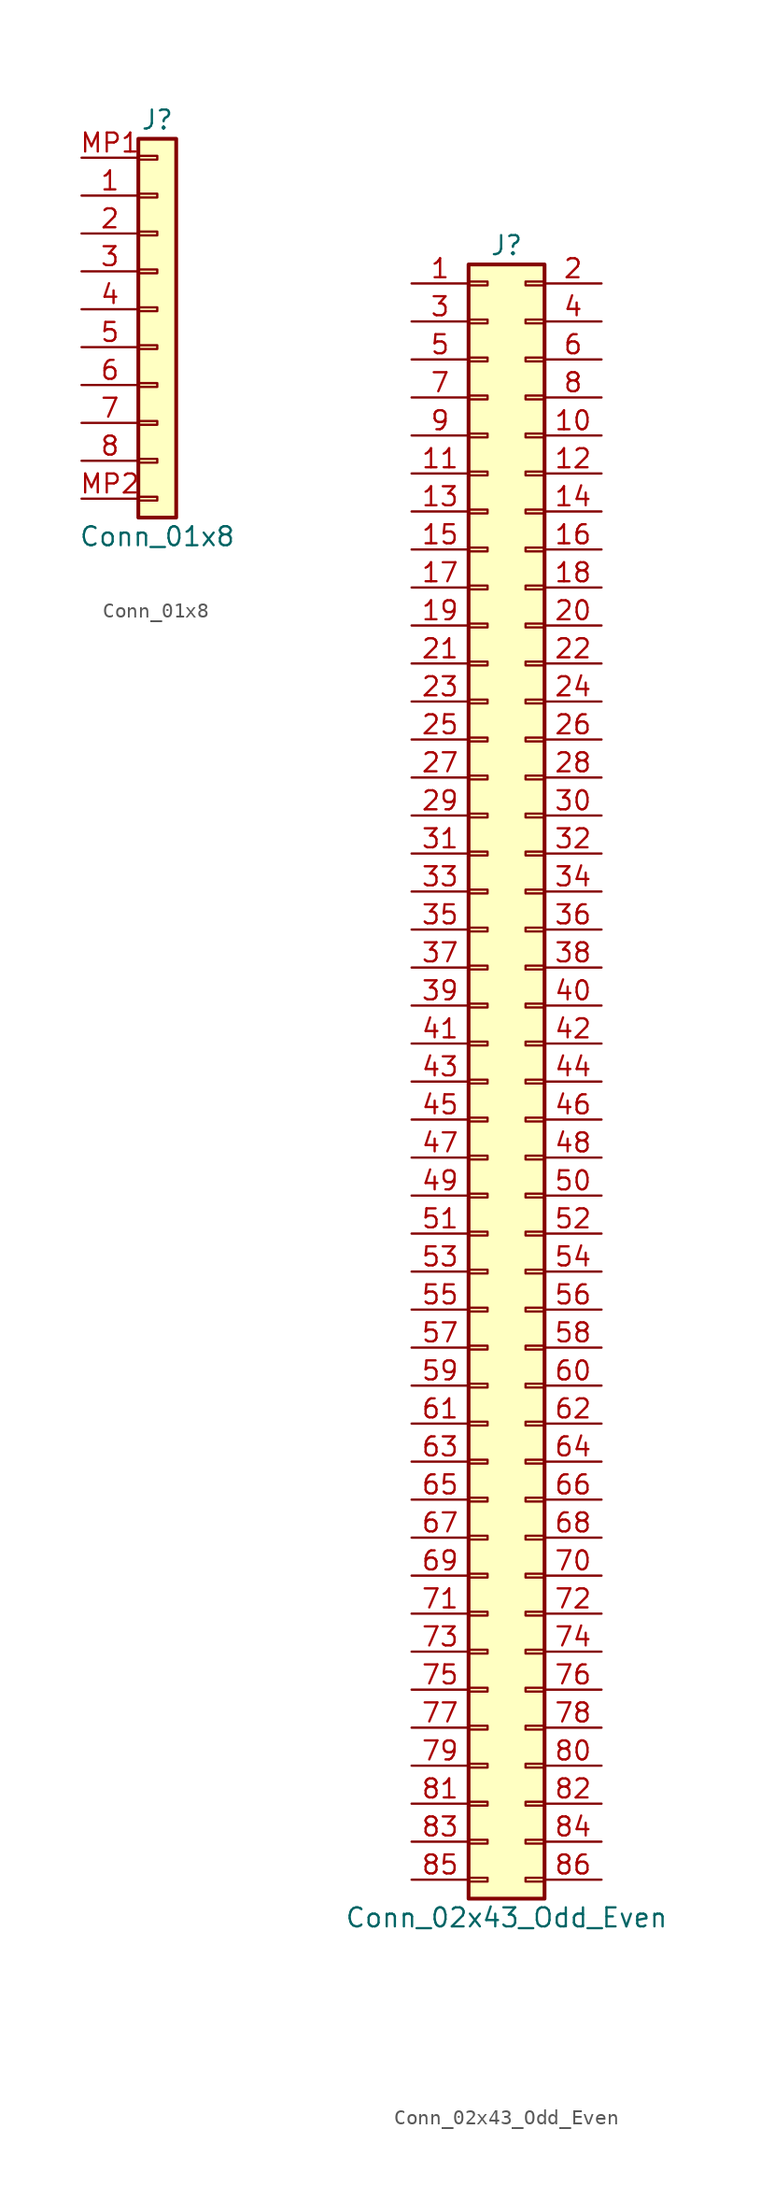
<source format=kicad_sym>
(kicad_symbol_lib
  (version 20220914)
  (generator kicad_symbol_editor)
  (symbol "Conn_01x8"
    (pin_names
      (offset 1.016) hide)
    (property "Reference" "J"
      (at 0 15.24 0)
      (effects (font (size 1.27 1.27))))
    (property "Value" "Conn_01x8"
      (at 0 -12.7 0)
      (effects (font (size 1.27 1.27))))
    (symbol "Conn_01x8_1_1"
      (rectangle (start -1.27 -10.033) (end 0 -10.287) (stroke (width 0.152) (type default)) (fill (type none)))
      (rectangle (start -1.27 -7.493) (end 0 -7.747) (stroke (width 0.152) (type default)) (fill (type none)))
      (rectangle (start -1.27 -4.953) (end 0 -5.207) (stroke (width 0.152) (type default)) (fill (type none)))
      (rectangle (start -1.27 -2.413) (end 0 -2.667) (stroke (width 0.152) (type default)) (fill (type none)))
      (rectangle (start -1.27 0.127) (end 0 -0.127) (stroke (width 0.152) (type default)) (fill (type none)))
      (rectangle (start -1.27 2.667) (end 0 2.413) (stroke (width 0.152) (type default)) (fill (type none)))
      (rectangle (start -1.27 5.207) (end 0 4.953) (stroke (width 0.152) (type default)) (fill (type none)))
      (rectangle (start -1.27 7.747) (end 0 7.493) (stroke (width 0.152) (type default)) (fill (type none)))
      (rectangle (start -1.27 10.287) (end 0 10.033) (stroke (width 0.152) (type default)) (fill (type none)))
      (rectangle (start -1.27 12.827) (end 0 12.573) (stroke (width 0.152) (type default)) (fill (type none)))
      (rectangle (start -1.27 13.97) (end 1.27 -11.43) (stroke (width 0.254) (type default)) (fill (type background)))
      (pin passive line (at -5.08 10.16 0) (length 3.81) (name "Pin_1" (effects (font (size 1.27 1.27)))) (number "1" (effects (font (size 1.27 1.27)))))
      (pin passive line (at -5.08 7.62 0) (length 3.81) (name "Pin_2" (effects (font (size 1.27 1.27)))) (number "2" (effects (font (size 1.27 1.27)))))
      (pin passive line (at -5.08 5.08 0) (length 3.81) (name "Pin_3" (effects (font (size 1.27 1.27)))) (number "3" (effects (font (size 1.27 1.27)))))
      (pin passive line (at -5.08 2.54 0) (length 3.81) (name "Pin_4" (effects (font (size 1.27 1.27)))) (number "4" (effects (font (size 1.27 1.27)))))
      (pin passive line (at -5.08 0 0) (length 3.81) (name "Pin_5" (effects (font (size 1.27 1.27)))) (number "5" (effects (font (size 1.27 1.27)))))
      (pin passive line (at -5.08 -2.54 0) (length 3.81) (name "Pin_6" (effects (font (size 1.27 1.27)))) (number "6" (effects (font (size 1.27 1.27)))))
      (pin passive line (at -5.08 -5.08 0) (length 3.81) (name "Pin_7" (effects (font (size 1.27 1.27)))) (number "7" (effects (font (size 1.27 1.27)))))
      (pin passive line (at -5.08 -7.62 0) (length 3.81) (name "Pin_8" (effects (font (size 1.27 1.27)))) (number "8" (effects (font (size 1.27 1.27)))))
      (pin passive line (at -5.08 12.7 0) (length 3.81) (name "MP" (effects (font (size 1.27 1.27)))) (number "MP1" (effects (font (size 1.27 1.27)))))
      (pin passive line (at -5.08 -10.16 0) (length 3.81) (name "MP" (effects (font (size 1.27 1.27)))) (number "MP2" (effects (font (size 1.27 1.27)))))))
  (symbol "Conn_02x43_Odd_Even"
    (pin_names
      (offset 1.016) hide)
    (property "Reference" "J"
      (at 1.27 50.8 0)
      (effects (font (size 1.27 1.27))))
    (property "Value" "Conn_02x43_Odd_Even"
      (at 1.27 -60.96 0)
      (effects (font (size 1.27 1.27))))
    (symbol "Conn_02x43_Odd_Even_1_1"
      (rectangle (start -1.27 -58.293) (end 0 -58.547) (stroke (width 0.152) (type default)) (fill (type none)))
      (rectangle (start -1.27 -55.753) (end 0 -56.007) (stroke (width 0.152) (type default)) (fill (type none)))
      (rectangle (start -1.27 -53.213) (end 0 -53.467) (stroke (width 0.152) (type default)) (fill (type none)))
      (rectangle (start -1.27 -50.673) (end 0 -50.927) (stroke (width 0.152) (type default)) (fill (type none)))
      (rectangle (start -1.27 -48.133) (end 0 -48.387) (stroke (width 0.152) (type default)) (fill (type none)))
      (rectangle (start -1.27 -45.593) (end 0 -45.847) (stroke (width 0.152) (type default)) (fill (type none)))
      (rectangle (start -1.27 -43.053) (end 0 -43.307) (stroke (width 0.152) (type default)) (fill (type none)))
      (rectangle (start -1.27 -40.513) (end 0 -40.767) (stroke (width 0.152) (type default)) (fill (type none)))
      (rectangle (start -1.27 -37.973) (end 0 -38.227) (stroke (width 0.152) (type default)) (fill (type none)))
      (rectangle (start -1.27 -35.433) (end 0 -35.687) (stroke (width 0.152) (type default)) (fill (type none)))
      (rectangle (start -1.27 -32.893) (end 0 -33.147) (stroke (width 0.152) (type default)) (fill (type none)))
      (rectangle (start -1.27 -30.353) (end 0 -30.607) (stroke (width 0.152) (type default)) (fill (type none)))
      (rectangle (start -1.27 -27.813) (end 0 -28.067) (stroke (width 0.152) (type default)) (fill (type none)))
      (rectangle (start -1.27 -25.273) (end 0 -25.527) (stroke (width 0.152) (type default)) (fill (type none)))
      (rectangle (start -1.27 -22.733) (end 0 -22.987) (stroke (width 0.152) (type default)) (fill (type none)))
      (rectangle (start -1.27 -20.193) (end 0 -20.447) (stroke (width 0.152) (type default)) (fill (type none)))
      (rectangle (start -1.27 -17.653) (end 0 -17.907) (stroke (width 0.152) (type default)) (fill (type none)))
      (rectangle (start -1.27 -15.113) (end 0 -15.367) (stroke (width 0.152) (type default)) (fill (type none)))
      (rectangle (start -1.27 -12.573) (end 0 -12.827) (stroke (width 0.152) (type default)) (fill (type none)))
      (rectangle (start -1.27 -10.033) (end 0 -10.287) (stroke (width 0.152) (type default)) (fill (type none)))
      (rectangle (start -1.27 -7.493) (end 0 -7.747) (stroke (width 0.152) (type default)) (fill (type none)))
      (rectangle (start -1.27 -4.953) (end 0 -5.207) (stroke (width 0.152) (type default)) (fill (type none)))
      (rectangle (start -1.27 -2.413) (end 0 -2.667) (stroke (width 0.152) (type default)) (fill (type none)))
      (rectangle (start -1.27 0.127) (end 0 -0.127) (stroke (width 0.152) (type default)) (fill (type none)))
      (rectangle (start -1.27 2.667) (end 0 2.413) (stroke (width 0.152) (type default)) (fill (type none)))
      (rectangle (start -1.27 5.207) (end 0 4.953) (stroke (width 0.152) (type default)) (fill (type none)))
      (rectangle (start -1.27 7.747) (end 0 7.493) (stroke (width 0.152) (type default)) (fill (type none)))
      (rectangle (start -1.27 10.287) (end 0 10.033) (stroke (width 0.152) (type default)) (fill (type none)))
      (rectangle (start -1.27 12.827) (end 0 12.573) (stroke (width 0.152) (type default)) (fill (type none)))
      (rectangle (start -1.27 15.367) (end 0 15.113) (stroke (width 0.152) (type default)) (fill (type none)))
      (rectangle (start -1.27 17.907) (end 0 17.653) (stroke (width 0.152) (type default)) (fill (type none)))
      (rectangle (start -1.27 20.447) (end 0 20.193) (stroke (width 0.152) (type default)) (fill (type none)))
      (rectangle (start -1.27 22.987) (end 0 22.733) (stroke (width 0.152) (type default)) (fill (type none)))
      (rectangle (start -1.27 25.527) (end 0 25.273) (stroke (width 0.152) (type default)) (fill (type none)))
      (rectangle (start -1.27 28.067) (end 0 27.813) (stroke (width 0.152) (type default)) (fill (type none)))
      (rectangle (start -1.27 30.607) (end 0 30.353) (stroke (width 0.152) (type default)) (fill (type none)))
      (rectangle (start -1.27 33.147) (end 0 32.893) (stroke (width 0.152) (type default)) (fill (type none)))
      (rectangle (start -1.27 35.687) (end 0 35.433) (stroke (width 0.152) (type default)) (fill (type none)))
      (rectangle (start -1.27 38.227) (end 0 37.973) (stroke (width 0.152) (type default)) (fill (type none)))
      (rectangle (start -1.27 40.767) (end 0 40.513) (stroke (width 0.152) (type default)) (fill (type none)))
      (rectangle (start -1.27 43.307) (end 0 43.053) (stroke (width 0.152) (type default)) (fill (type none)))
      (rectangle (start -1.27 45.847) (end 0 45.593) (stroke (width 0.152) (type default)) (fill (type none)))
      (rectangle (start -1.27 48.387) (end 0 48.133) (stroke (width 0.152) (type default)) (fill (type none)))
      (rectangle (start -1.27 49.53) (end 3.81 -59.69) (stroke (width 0.254) (type default)) (fill (type background)))
      (rectangle (start 3.81 -58.293) (end 2.54 -58.547) (stroke (width 0.152) (type default)) (fill (type none)))
      (rectangle (start 3.81 -55.753) (end 2.54 -56.007) (stroke (width 0.152) (type default)) (fill (type none)))
      (rectangle (start 3.81 -53.213) (end 2.54 -53.467) (stroke (width 0.152) (type default)) (fill (type none)))
      (rectangle (start 3.81 -50.673) (end 2.54 -50.927) (stroke (width 0.152) (type default)) (fill (type none)))
      (rectangle (start 3.81 -48.133) (end 2.54 -48.387) (stroke (width 0.152) (type default)) (fill (type none)))
      (rectangle (start 3.81 -45.593) (end 2.54 -45.847) (stroke (width 0.152) (type default)) (fill (type none)))
      (rectangle (start 3.81 -43.053) (end 2.54 -43.307) (stroke (width 0.152) (type default)) (fill (type none)))
      (rectangle (start 3.81 -40.513) (end 2.54 -40.767) (stroke (width 0.152) (type default)) (fill (type none)))
      (rectangle (start 3.81 -37.973) (end 2.54 -38.227) (stroke (width 0.152) (type default)) (fill (type none)))
      (rectangle (start 3.81 -35.433) (end 2.54 -35.687) (stroke (width 0.152) (type default)) (fill (type none)))
      (rectangle (start 3.81 -32.893) (end 2.54 -33.147) (stroke (width 0.152) (type default)) (fill (type none)))
      (rectangle (start 3.81 -30.353) (end 2.54 -30.607) (stroke (width 0.152) (type default)) (fill (type none)))
      (rectangle (start 3.81 -27.813) (end 2.54 -28.067) (stroke (width 0.152) (type default)) (fill (type none)))
      (rectangle (start 3.81 -25.273) (end 2.54 -25.527) (stroke (width 0.152) (type default)) (fill (type none)))
      (rectangle (start 3.81 -22.733) (end 2.54 -22.987) (stroke (width 0.152) (type default)) (fill (type none)))
      (rectangle (start 3.81 -20.193) (end 2.54 -20.447) (stroke (width 0.152) (type default)) (fill (type none)))
      (rectangle (start 3.81 -17.653) (end 2.54 -17.907) (stroke (width 0.152) (type default)) (fill (type none)))
      (rectangle (start 3.81 -15.113) (end 2.54 -15.367) (stroke (width 0.152) (type default)) (fill (type none)))
      (rectangle (start 3.81 -12.573) (end 2.54 -12.827) (stroke (width 0.152) (type default)) (fill (type none)))
      (rectangle (start 3.81 -10.033) (end 2.54 -10.287) (stroke (width 0.152) (type default)) (fill (type none)))
      (rectangle (start 3.81 -7.493) (end 2.54 -7.747) (stroke (width 0.152) (type default)) (fill (type none)))
      (rectangle (start 3.81 -4.953) (end 2.54 -5.207) (stroke (width 0.152) (type default)) (fill (type none)))
      (rectangle (start 3.81 -2.413) (end 2.54 -2.667) (stroke (width 0.152) (type default)) (fill (type none)))
      (rectangle (start 3.81 0.127) (end 2.54 -0.127) (stroke (width 0.152) (type default)) (fill (type none)))
      (rectangle (start 3.81 2.667) (end 2.54 2.413) (stroke (width 0.152) (type default)) (fill (type none)))
      (rectangle (start 3.81 5.207) (end 2.54 4.953) (stroke (width 0.152) (type default)) (fill (type none)))
      (rectangle (start 3.81 7.747) (end 2.54 7.493) (stroke (width 0.152) (type default)) (fill (type none)))
      (rectangle (start 3.81 10.287) (end 2.54 10.033) (stroke (width 0.152) (type default)) (fill (type none)))
      (rectangle (start 3.81 12.827) (end 2.54 12.573) (stroke (width 0.152) (type default)) (fill (type none)))
      (rectangle (start 3.81 15.367) (end 2.54 15.113) (stroke (width 0.152) (type default)) (fill (type none)))
      (rectangle (start 3.81 17.907) (end 2.54 17.653) (stroke (width 0.152) (type default)) (fill (type none)))
      (rectangle (start 3.81 20.447) (end 2.54 20.193) (stroke (width 0.152) (type default)) (fill (type none)))
      (rectangle (start 3.81 22.987) (end 2.54 22.733) (stroke (width 0.152) (type default)) (fill (type none)))
      (rectangle (start 3.81 25.527) (end 2.54 25.273) (stroke (width 0.152) (type default)) (fill (type none)))
      (rectangle (start 3.81 28.067) (end 2.54 27.813) (stroke (width 0.152) (type default)) (fill (type none)))
      (rectangle (start 3.81 30.607) (end 2.54 30.353) (stroke (width 0.152) (type default)) (fill (type none)))
      (rectangle (start 3.81 33.147) (end 2.54 32.893) (stroke (width 0.152) (type default)) (fill (type none)))
      (rectangle (start 3.81 35.687) (end 2.54 35.433) (stroke (width 0.152) (type default)) (fill (type none)))
      (rectangle (start 3.81 38.227) (end 2.54 37.973) (stroke (width 0.152) (type default)) (fill (type none)))
      (rectangle (start 3.81 40.767) (end 2.54 40.513) (stroke (width 0.152) (type default)) (fill (type none)))
      (rectangle (start 3.81 43.307) (end 2.54 43.053) (stroke (width 0.152) (type default)) (fill (type none)))
      (rectangle (start 3.81 45.847) (end 2.54 45.593) (stroke (width 0.152) (type default)) (fill (type none)))
      (rectangle (start 3.81 48.387) (end 2.54 48.133) (stroke (width 0.152) (type default)) (fill (type none)))
      (pin passive line (at -5.08 48.26 0) (length 3.81) (name "Pin_1" (effects (font (size 1.27 1.27)))) (number "1" (effects (font (size 1.27 1.27)))))
      (pin passive line (at 7.62 38.1 180) (length 3.81) (name "Pin_10" (effects (font (size 1.27 1.27)))) (number "10" (effects (font (size 1.27 1.27)))))
      (pin passive line (at -5.08 35.56 0) (length 3.81) (name "Pin_11" (effects (font (size 1.27 1.27)))) (number "11" (effects (font (size 1.27 1.27)))))
      (pin passive line (at 7.62 35.56 180) (length 3.81) (name "Pin_12" (effects (font (size 1.27 1.27)))) (number "12" (effects (font (size 1.27 1.27)))))
      (pin passive line (at -5.08 33.02 0) (length 3.81) (name "Pin_13" (effects (font (size 1.27 1.27)))) (number "13" (effects (font (size 1.27 1.27)))))
      (pin passive line (at 7.62 33.02 180) (length 3.81) (name "Pin_14" (effects (font (size 1.27 1.27)))) (number "14" (effects (font (size 1.27 1.27)))))
      (pin passive line (at -5.08 30.48 0) (length 3.81) (name "Pin_15" (effects (font (size 1.27 1.27)))) (number "15" (effects (font (size 1.27 1.27)))))
      (pin passive line (at 7.62 30.48 180) (length 3.81) (name "Pin_16" (effects (font (size 1.27 1.27)))) (number "16" (effects (font (size 1.27 1.27)))))
      (pin passive line (at -5.08 27.94 0) (length 3.81) (name "Pin_17" (effects (font (size 1.27 1.27)))) (number "17" (effects (font (size 1.27 1.27)))))
      (pin passive line (at 7.62 27.94 180) (length 3.81) (name "Pin_18" (effects (font (size 1.27 1.27)))) (number "18" (effects (font (size 1.27 1.27)))))
      (pin passive line (at -5.08 25.4 0) (length 3.81) (name "Pin_19" (effects (font (size 1.27 1.27)))) (number "19" (effects (font (size 1.27 1.27)))))
      (pin passive line (at 7.62 48.26 180) (length 3.81) (name "Pin_2" (effects (font (size 1.27 1.27)))) (number "2" (effects (font (size 1.27 1.27)))))
      (pin passive line (at 7.62 25.4 180) (length 3.81) (name "Pin_20" (effects (font (size 1.27 1.27)))) (number "20" (effects (font (size 1.27 1.27)))))
      (pin passive line (at -5.08 22.86 0) (length 3.81) (name "Pin_21" (effects (font (size 1.27 1.27)))) (number "21" (effects (font (size 1.27 1.27)))))
      (pin passive line (at 7.62 22.86 180) (length 3.81) (name "Pin_22" (effects (font (size 1.27 1.27)))) (number "22" (effects (font (size 1.27 1.27)))))
      (pin passive line (at -5.08 20.32 0) (length 3.81) (name "Pin_23" (effects (font (size 1.27 1.27)))) (number "23" (effects (font (size 1.27 1.27)))))
      (pin passive line (at 7.62 20.32 180) (length 3.81) (name "Pin_24" (effects (font (size 1.27 1.27)))) (number "24" (effects (font (size 1.27 1.27)))))
      (pin passive line (at -5.08 17.78 0) (length 3.81) (name "Pin_25" (effects (font (size 1.27 1.27)))) (number "25" (effects (font (size 1.27 1.27)))))
      (pin passive line (at 7.62 17.78 180) (length 3.81) (name "Pin_26" (effects (font (size 1.27 1.27)))) (number "26" (effects (font (size 1.27 1.27)))))
      (pin passive line (at -5.08 15.24 0) (length 3.81) (name "Pin_27" (effects (font (size 1.27 1.27)))) (number "27" (effects (font (size 1.27 1.27)))))
      (pin passive line (at 7.62 15.24 180) (length 3.81) (name "Pin_28" (effects (font (size 1.27 1.27)))) (number "28" (effects (font (size 1.27 1.27)))))
      (pin passive line (at -5.08 12.7 0) (length 3.81) (name "Pin_29" (effects (font (size 1.27 1.27)))) (number "29" (effects (font (size 1.27 1.27)))))
      (pin passive line (at -5.08 45.72 0) (length 3.81) (name "Pin_3" (effects (font (size 1.27 1.27)))) (number "3" (effects (font (size 1.27 1.27)))))
      (pin passive line (at 7.62 12.7 180) (length 3.81) (name "Pin_30" (effects (font (size 1.27 1.27)))) (number "30" (effects (font (size 1.27 1.27)))))
      (pin passive line (at -5.08 10.16 0) (length 3.81) (name "Pin_31" (effects (font (size 1.27 1.27)))) (number "31" (effects (font (size 1.27 1.27)))))
      (pin passive line (at 7.62 10.16 180) (length 3.81) (name "Pin_32" (effects (font (size 1.27 1.27)))) (number "32" (effects (font (size 1.27 1.27)))))
      (pin passive line (at -5.08 7.62 0) (length 3.81) (name "Pin_33" (effects (font (size 1.27 1.27)))) (number "33" (effects (font (size 1.27 1.27)))))
      (pin passive line (at 7.62 7.62 180) (length 3.81) (name "Pin_34" (effects (font (size 1.27 1.27)))) (number "34" (effects (font (size 1.27 1.27)))))
      (pin passive line (at -5.08 5.08 0) (length 3.81) (name "Pin_35" (effects (font (size 1.27 1.27)))) (number "35" (effects (font (size 1.27 1.27)))))
      (pin passive line (at 7.62 5.08 180) (length 3.81) (name "Pin_36" (effects (font (size 1.27 1.27)))) (number "36" (effects (font (size 1.27 1.27)))))
      (pin passive line (at -5.08 2.54 0) (length 3.81) (name "Pin_37" (effects (font (size 1.27 1.27)))) (number "37" (effects (font (size 1.27 1.27)))))
      (pin passive line (at 7.62 2.54 180) (length 3.81) (name "Pin_38" (effects (font (size 1.27 1.27)))) (number "38" (effects (font (size 1.27 1.27)))))
      (pin passive line (at -5.08 0 0) (length 3.81) (name "Pin_39" (effects (font (size 1.27 1.27)))) (number "39" (effects (font (size 1.27 1.27)))))
      (pin passive line (at 7.62 45.72 180) (length 3.81) (name "Pin_4" (effects (font (size 1.27 1.27)))) (number "4" (effects (font (size 1.27 1.27)))))
      (pin passive line (at 7.62 0 180) (length 3.81) (name "Pin_40" (effects (font (size 1.27 1.27)))) (number "40" (effects (font (size 1.27 1.27)))))
      (pin passive line (at -5.08 -2.54 0) (length 3.81) (name "Pin_41" (effects (font (size 1.27 1.27)))) (number "41" (effects (font (size 1.27 1.27)))))
      (pin passive line (at 7.62 -2.54 180) (length 3.81) (name "Pin_42" (effects (font (size 1.27 1.27)))) (number "42" (effects (font (size 1.27 1.27)))))
      (pin passive line (at -5.08 -5.08 0) (length 3.81) (name "Pin_43" (effects (font (size 1.27 1.27)))) (number "43" (effects (font (size 1.27 1.27)))))
      (pin passive line (at 7.62 -5.08 180) (length 3.81) (name "Pin_44" (effects (font (size 1.27 1.27)))) (number "44" (effects (font (size 1.27 1.27)))))
      (pin passive line (at -5.08 -7.62 0) (length 3.81) (name "Pin_45" (effects (font (size 1.27 1.27)))) (number "45" (effects (font (size 1.27 1.27)))))
      (pin passive line (at 7.62 -7.62 180) (length 3.81) (name "Pin_46" (effects (font (size 1.27 1.27)))) (number "46" (effects (font (size 1.27 1.27)))))
      (pin passive line (at -5.08 -10.16 0) (length 3.81) (name "Pin_47" (effects (font (size 1.27 1.27)))) (number "47" (effects (font (size 1.27 1.27)))))
      (pin passive line (at 7.62 -10.16 180) (length 3.81) (name "Pin_48" (effects (font (size 1.27 1.27)))) (number "48" (effects (font (size 1.27 1.27)))))
      (pin passive line (at -5.08 -12.7 0) (length 3.81) (name "Pin_49" (effects (font (size 1.27 1.27)))) (number "49" (effects (font (size 1.27 1.27)))))
      (pin passive line (at -5.08 43.18 0) (length 3.81) (name "Pin_5" (effects (font (size 1.27 1.27)))) (number "5" (effects (font (size 1.27 1.27)))))
      (pin passive line (at 7.62 -12.7 180) (length 3.81) (name "Pin_50" (effects (font (size 1.27 1.27)))) (number "50" (effects (font (size 1.27 1.27)))))
      (pin passive line (at -5.08 -15.24 0) (length 3.81) (name "Pin_51" (effects (font (size 1.27 1.27)))) (number "51" (effects (font (size 1.27 1.27)))))
      (pin passive line (at 7.62 -15.24 180) (length 3.81) (name "Pin_52" (effects (font (size 1.27 1.27)))) (number "52" (effects (font (size 1.27 1.27)))))
      (pin passive line (at -5.08 -17.78 0) (length 3.81) (name "Pin_53" (effects (font (size 1.27 1.27)))) (number "53" (effects (font (size 1.27 1.27)))))
      (pin passive line (at 7.62 -17.78 180) (length 3.81) (name "Pin_54" (effects (font (size 1.27 1.27)))) (number "54" (effects (font (size 1.27 1.27)))))
      (pin passive line (at -5.08 -20.32 0) (length 3.81) (name "Pin_55" (effects (font (size 1.27 1.27)))) (number "55" (effects (font (size 1.27 1.27)))))
      (pin passive line (at 7.62 -20.32 180) (length 3.81) (name "Pin_56" (effects (font (size 1.27 1.27)))) (number "56" (effects (font (size 1.27 1.27)))))
      (pin passive line (at -5.08 -22.86 0) (length 3.81) (name "Pin_57" (effects (font (size 1.27 1.27)))) (number "57" (effects (font (size 1.27 1.27)))))
      (pin passive line (at 7.62 -22.86 180) (length 3.81) (name "Pin_58" (effects (font (size 1.27 1.27)))) (number "58" (effects (font (size 1.27 1.27)))))
      (pin passive line (at -5.08 -25.4 0) (length 3.81) (name "Pin_59" (effects (font (size 1.27 1.27)))) (number "59" (effects (font (size 1.27 1.27)))))
      (pin passive line (at 7.62 43.18 180) (length 3.81) (name "Pin_6" (effects (font (size 1.27 1.27)))) (number "6" (effects (font (size 1.27 1.27)))))
      (pin passive line (at 7.62 -25.4 180) (length 3.81) (name "Pin_60" (effects (font (size 1.27 1.27)))) (number "60" (effects (font (size 1.27 1.27)))))
      (pin passive line (at -5.08 -27.94 0) (length 3.81) (name "Pin_61" (effects (font (size 1.27 1.27)))) (number "61" (effects (font (size 1.27 1.27)))))
      (pin passive line (at 7.62 -27.94 180) (length 3.81) (name "Pin_62" (effects (font (size 1.27 1.27)))) (number "62" (effects (font (size 1.27 1.27)))))
      (pin passive line (at -5.08 -30.48 0) (length 3.81) (name "Pin_63" (effects (font (size 1.27 1.27)))) (number "63" (effects (font (size 1.27 1.27)))))
      (pin passive line (at 7.62 -30.48 180) (length 3.81) (name "Pin_64" (effects (font (size 1.27 1.27)))) (number "64" (effects (font (size 1.27 1.27)))))
      (pin passive line (at -5.08 -33.02 0) (length 3.81) (name "Pin_65" (effects (font (size 1.27 1.27)))) (number "65" (effects (font (size 1.27 1.27)))))
      (pin passive line (at 7.62 -33.02 180) (length 3.81) (name "Pin_66" (effects (font (size 1.27 1.27)))) (number "66" (effects (font (size 1.27 1.27)))))
      (pin passive line (at -5.08 -35.56 0) (length 3.81) (name "Pin_67" (effects (font (size 1.27 1.27)))) (number "67" (effects (font (size 1.27 1.27)))))
      (pin passive line (at 7.62 -35.56 180) (length 3.81) (name "Pin_68" (effects (font (size 1.27 1.27)))) (number "68" (effects (font (size 1.27 1.27)))))
      (pin passive line (at -5.08 -38.1 0) (length 3.81) (name "Pin_69" (effects (font (size 1.27 1.27)))) (number "69" (effects (font (size 1.27 1.27)))))
      (pin passive line (at -5.08 40.64 0) (length 3.81) (name "Pin_7" (effects (font (size 1.27 1.27)))) (number "7" (effects (font (size 1.27 1.27)))))
      (pin passive line (at 7.62 -38.1 180) (length 3.81) (name "Pin_70" (effects (font (size 1.27 1.27)))) (number "70" (effects (font (size 1.27 1.27)))))
      (pin passive line (at -5.08 -40.64 0) (length 3.81) (name "Pin_71" (effects (font (size 1.27 1.27)))) (number "71" (effects (font (size 1.27 1.27)))))
      (pin passive line (at 7.62 -40.64 180) (length 3.81) (name "Pin_72" (effects (font (size 1.27 1.27)))) (number "72" (effects (font (size 1.27 1.27)))))
      (pin passive line (at -5.08 -43.18 0) (length 3.81) (name "Pin_73" (effects (font (size 1.27 1.27)))) (number "73" (effects (font (size 1.27 1.27)))))
      (pin passive line (at 7.62 -43.18 180) (length 3.81) (name "Pin_74" (effects (font (size 1.27 1.27)))) (number "74" (effects (font (size 1.27 1.27)))))
      (pin passive line (at -5.08 -45.72 0) (length 3.81) (name "Pin_75" (effects (font (size 1.27 1.27)))) (number "75" (effects (font (size 1.27 1.27)))))
      (pin passive line (at 7.62 -45.72 180) (length 3.81) (name "Pin_76" (effects (font (size 1.27 1.27)))) (number "76" (effects (font (size 1.27 1.27)))))
      (pin passive line (at -5.08 -48.26 0) (length 3.81) (name "Pin_77" (effects (font (size 1.27 1.27)))) (number "77" (effects (font (size 1.27 1.27)))))
      (pin passive line (at 7.62 -48.26 180) (length 3.81) (name "Pin_78" (effects (font (size 1.27 1.27)))) (number "78" (effects (font (size 1.27 1.27)))))
      (pin passive line (at -5.08 -50.8 0) (length 3.81) (name "Pin_79" (effects (font (size 1.27 1.27)))) (number "79" (effects (font (size 1.27 1.27)))))
      (pin passive line (at 7.62 40.64 180) (length 3.81) (name "Pin_8" (effects (font (size 1.27 1.27)))) (number "8" (effects (font (size 1.27 1.27)))))
      (pin passive line (at 7.62 -50.8 180) (length 3.81) (name "Pin_80" (effects (font (size 1.27 1.27)))) (number "80" (effects (font (size 1.27 1.27)))))
      (pin passive line (at -5.08 -53.34 0) (length 3.81) (name "Pin_81" (effects (font (size 1.27 1.27)))) (number "81" (effects (font (size 1.27 1.27)))))
      (pin passive line (at 7.62 -53.34 180) (length 3.81) (name "Pin_82" (effects (font (size 1.27 1.27)))) (number "82" (effects (font (size 1.27 1.27)))))
      (pin passive line (at -5.08 -55.88 0) (length 3.81) (name "Pin_83" (effects (font (size 1.27 1.27)))) (number "83" (effects (font (size 1.27 1.27)))))
      (pin passive line (at 7.62 -55.88 180) (length 3.81) (name "Pin_84" (effects (font (size 1.27 1.27)))) (number "84" (effects (font (size 1.27 1.27)))))
      (pin passive line (at -5.08 -58.42 0) (length 3.81) (name "Pin_85" (effects (font (size 1.27 1.27)))) (number "85" (effects (font (size 1.27 1.27)))))
      (pin passive line (at 7.62 -58.42 180) (length 3.81) (name "Pin_86" (effects (font (size 1.27 1.27)))) (number "86" (effects (font (size 1.27 1.27)))))
      (pin passive line (at -5.08 38.1 0) (length 3.81) (name "Pin_9" (effects (font (size 1.27 1.27)))) (number "9" (effects (font (size 1.27 1.27))))))))
</source>
